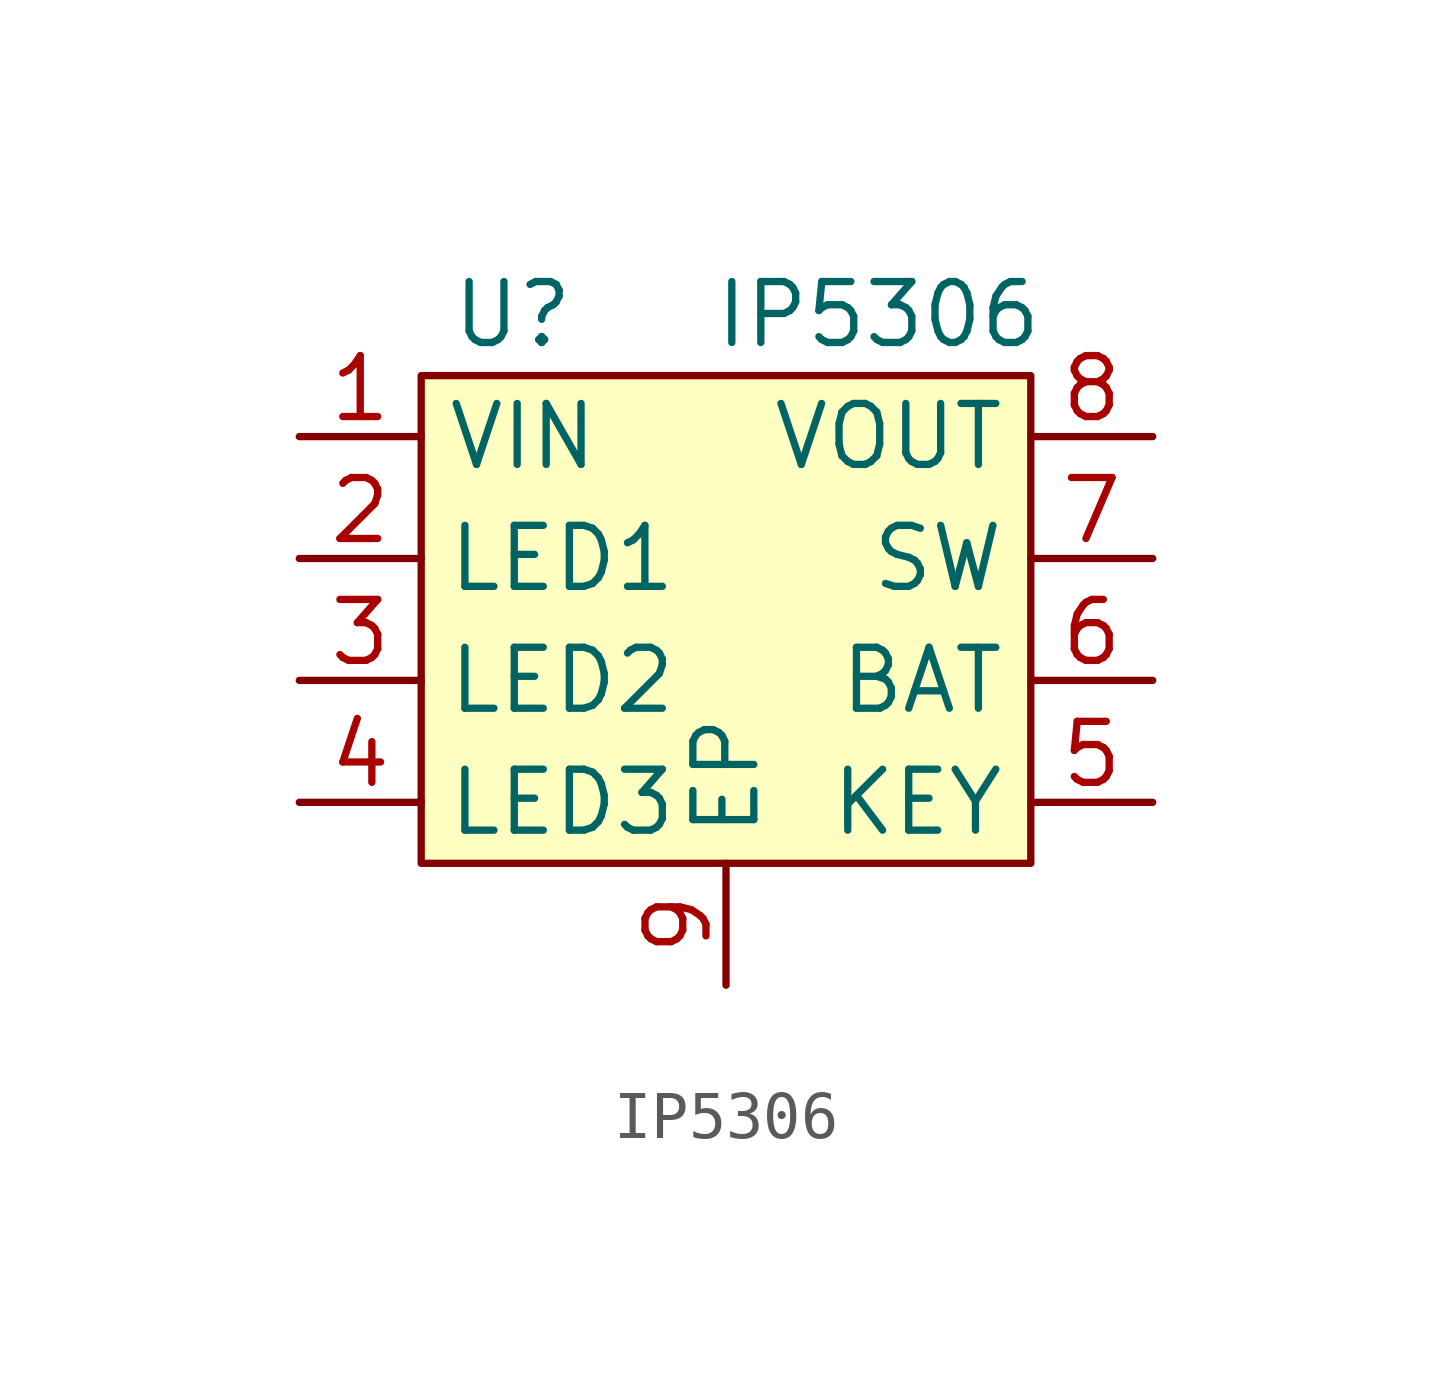
<source format=kicad_sym>
(kicad_symbol_lib
  (version 20211014)
  (generator kicad_symbol_editor)
  (symbol "IP5306"
    (property "Reference" "U"
      (at -4.445 5.08 0)
      (effects (font (size 1.27 1.27))))
    (property "Value" "IP5306"
      (at 3.175 5.08 0)
      (effects (font (size 1.27 1.27))))
    (symbol "IP5306_0_1"
      (rectangle (start -6.35 3.81) (end 6.35 -6.35) (stroke (width 0) (type default) (color 0 0 0 0)) (fill (type background))))
    (symbol "IP5306_1_1"
      (pin input line (at -8.89 2.54 0) (length 2.54) (name "VIN" (effects (font (size 1.27 1.27)))) (number "1" (effects (font (size 1.27 1.27)))))
      (pin input line (at -8.89 0 0) (length 2.54) (name "LED1" (effects (font (size 1.27 1.27)))) (number "2" (effects (font (size 1.27 1.27)))))
      (pin input line (at -8.89 -2.54 0) (length 2.54) (name "LED2" (effects (font (size 1.27 1.27)))) (number "3" (effects (font (size 1.27 1.27)))))
      (pin input line (at -8.89 -5.08 0) (length 2.54) (name "LED3" (effects (font (size 1.27 1.27)))) (number "4" (effects (font (size 1.27 1.27)))))
      (pin input line (at 8.89 -5.08 180) (length 2.54) (name "KEY" (effects (font (size 1.27 1.27)))) (number "5" (effects (font (size 1.27 1.27)))))
      (pin input line (at 8.89 -2.54 180) (length 2.54) (name "BAT" (effects (font (size 1.27 1.27)))) (number "6" (effects (font (size 1.27 1.27)))))
      (pin input line (at 8.89 0 180) (length 2.54) (name "SW" (effects (font (size 1.27 1.27)))) (number "7" (effects (font (size 1.27 1.27)))))
      (pin input line (at 8.89 2.54 180) (length 2.54) (name "VOUT" (effects (font (size 1.27 1.27)))) (number "8" (effects (font (size 1.27 1.27)))))
      (pin input line (at 0 -8.89 90) (length 2.54) (name "EP" (effects (font (size 1.27 1.27)))) (number "9" (effects (font (size 1.27 1.27))))))))
</source>
